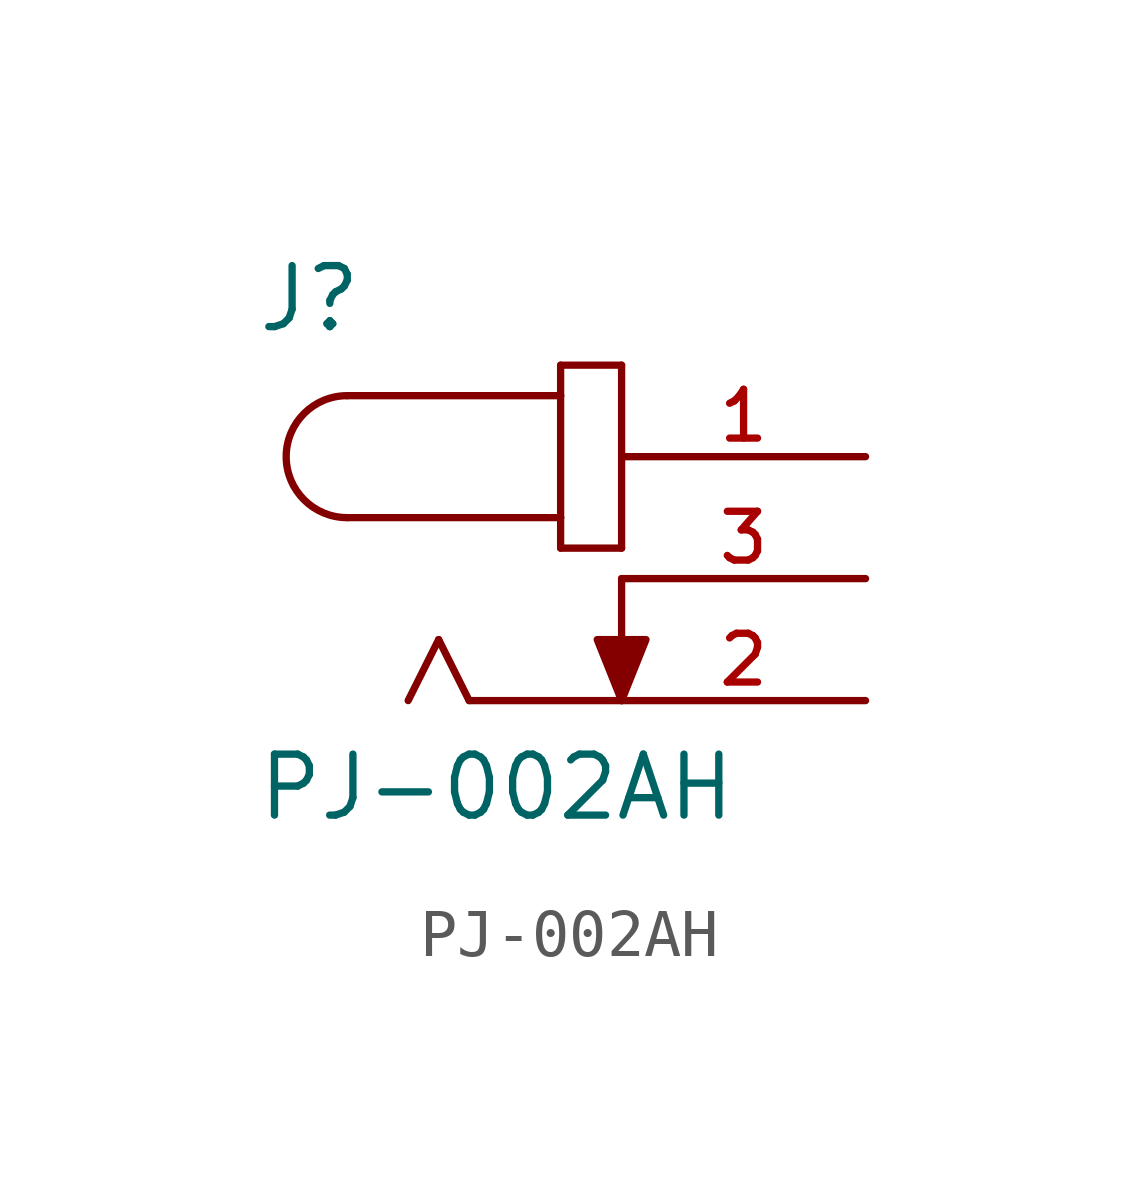
<source format=kicad_sym>
(kicad_symbol_lib
  (version 20211014)
  (generator kicad_symbol_editor)
  (symbol "PJ-002AH"
    (pin_names
      (offset 1.016))
    (property "Reference" "J"
      (at -7.627 5.085 0)
      (effects (font (size 1.27 1.27)) (justify bottom left)))
    (property "Value" "PJ-002AH"
      (at -7.631 -5.088 0)
      (effects (font (size 1.27 1.27)) (justify bottom left)))
    (symbol "PJ-002AH_0_0"
      (arc (start -5.715 3.81) (mid -6.985 2.54) (end -5.715 1.27) (stroke (width 0.1524) (type default) (color 0 0 0 0)) (fill (type none)))
      (polyline (pts (xy -5.715 3.81) (xy -1.27 3.81)) (stroke (width 0.152)))
      (polyline (pts (xy -1.27 3.81) (xy -1.27 1.27)) (stroke (width 0.152)))
      (polyline (pts (xy -1.27 1.27) (xy -5.715 1.27)) (stroke (width 0.152)))
      (polyline (pts (xy -1.27 1.27) (xy -1.27 0.635)) (stroke (width 0.152)))
      (polyline (pts (xy -1.27 0.635) (xy 0.0 0.635)) (stroke (width 0.152)))
      (polyline (pts (xy 0.0 0.635) (xy 0.0 4.445)) (stroke (width 0.152)))
      (polyline (pts (xy 0.0 4.445) (xy -1.27 4.445)) (stroke (width 0.152)))
      (polyline (pts (xy -1.27 4.445) (xy -1.27 3.81)) (stroke (width 0.152)))
      (polyline (pts (xy 0.0 -2.54) (xy -3.175 -2.54)) (stroke (width 0.152)))
      (polyline (pts (xy -3.175 -2.54) (xy -3.81 -1.27)) (stroke (width 0.152)))
      (polyline (pts (xy -3.81 -1.27) (xy -4.445 -2.54)) (stroke (width 0.152)))
      (polyline (pts (xy 0.0 0.0) (xy 0.0 -2.54)) (stroke (width 0.152)))
      (polyline (pts (xy 0.0 -2.54) (xy -0.508 -1.27) (xy 0.508 -1.27) (xy 0.0 -2.54)) (stroke (width 0.152)) (fill (type outline)))
      (pin passive line (at 5.08 2.54 180.0) (length 5.08) (name "~" (effects (font (size 1.016 1.016)))) (number "1" (effects (font (size 1.016 1.016)))))
      (pin passive line (at 5.08 0.0 180.0) (length 5.08) (name "~" (effects (font (size 1.016 1.016)))) (number "3" (effects (font (size 1.016 1.016)))))
      (pin passive line (at 5.08 -2.54 180.0) (length 5.08) (name "~" (effects (font (size 1.016 1.016)))) (number "2" (effects (font (size 1.016 1.016))))))))
</source>
